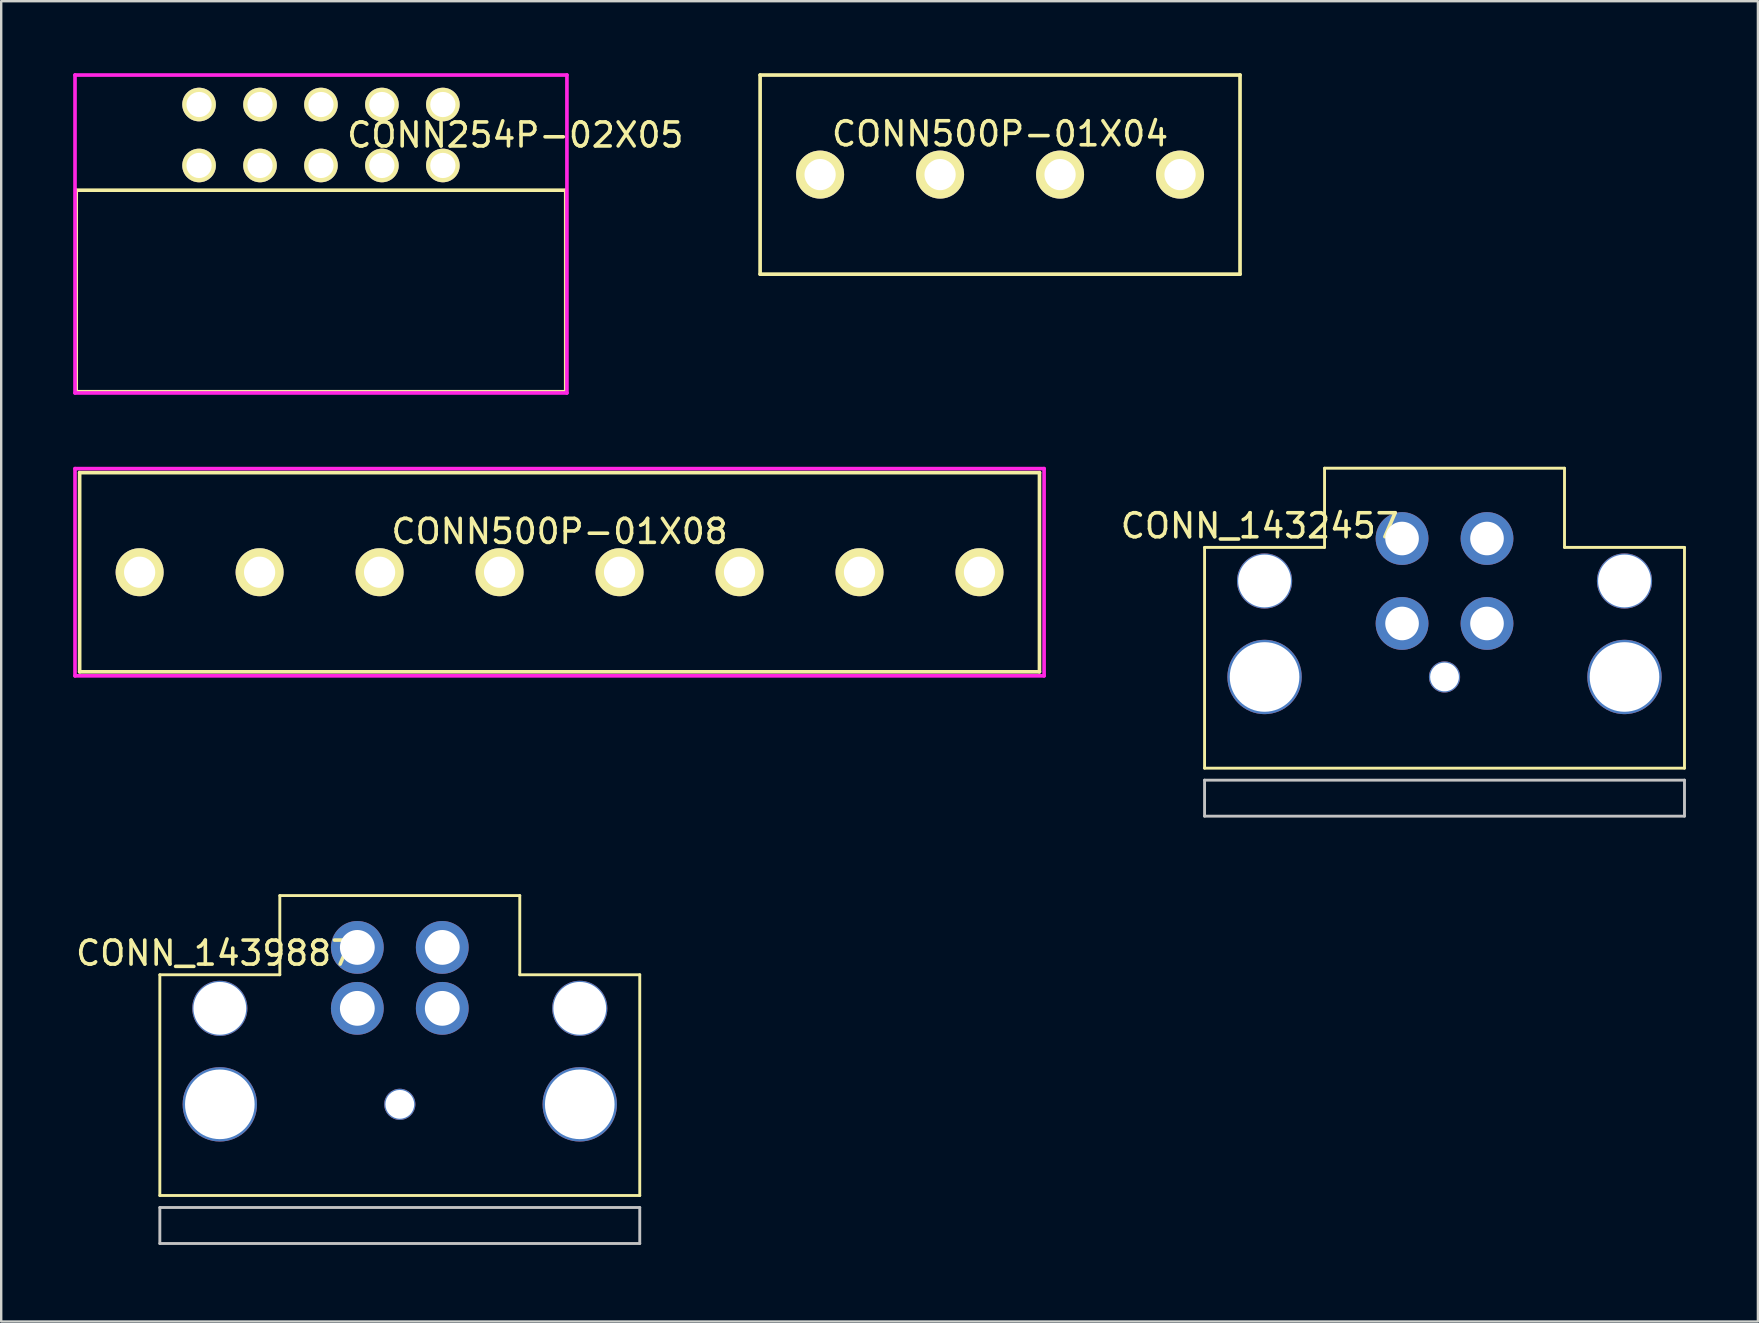
<source format=kicad_pcb>
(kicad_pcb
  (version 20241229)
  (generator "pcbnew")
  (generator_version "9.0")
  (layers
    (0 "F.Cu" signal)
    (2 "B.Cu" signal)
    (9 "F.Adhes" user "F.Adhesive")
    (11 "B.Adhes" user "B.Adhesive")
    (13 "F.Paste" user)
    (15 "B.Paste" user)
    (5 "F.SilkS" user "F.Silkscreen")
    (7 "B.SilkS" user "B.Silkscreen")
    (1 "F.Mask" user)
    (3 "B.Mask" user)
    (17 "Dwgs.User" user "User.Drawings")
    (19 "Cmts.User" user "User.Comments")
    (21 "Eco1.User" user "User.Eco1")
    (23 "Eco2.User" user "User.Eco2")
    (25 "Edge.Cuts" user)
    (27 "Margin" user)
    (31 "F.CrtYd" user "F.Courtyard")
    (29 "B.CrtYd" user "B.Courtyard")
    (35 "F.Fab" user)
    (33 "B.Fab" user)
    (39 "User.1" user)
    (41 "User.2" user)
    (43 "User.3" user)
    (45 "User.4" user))
  (footprint "CONN_1432457"
    (layer "F.Cu")
    (at 57.149 30.962)
    (property "Reference" "CONN_1432457" (at -7.7 -12.1 0) (layer "F.SilkS") (effects (font (size 1 1) (thickness 0.15))))
    (attr through_hole)
    (fp_line (start -10 -11.2) (end -5 -11.2) (stroke (width 0.12) (type solid)) (layer "F.SilkS"))
    (fp_line (start -10 -2) (end -10 -11.2) (stroke (width 0.12) (type solid)) (layer "F.SilkS"))
    (fp_line (start -10 -2) (end 10 -2) (stroke (width 0.12) (type solid)) (layer "F.SilkS"))
    (fp_line (start -5 -14.5) (end 5 -14.5) (stroke (width 0.12) (type solid)) (layer "F.SilkS"))
    (fp_line (start -5 -11.2) (end -5 -14.5) (stroke (width 0.12) (type solid)) (layer "F.SilkS"))
    (fp_line (start 5 -11.2) (end 5 -14.5) (stroke (width 0.12) (type solid)) (layer "F.SilkS"))
    (fp_line (start 10 -11.2) (end 5 -11.2) (stroke (width 0.12) (type solid)) (layer "F.SilkS"))
    (fp_line (start 10 -2) (end 10 -11.2) (stroke (width 0.12) (type solid)) (layer "F.SilkS"))
    (fp_line (start -10 -1.5) (end -10 0) (stroke (width 0.12) (type solid)) (layer "Dwgs.User"))
    (fp_line (start -10 0) (end 10 0) (stroke (width 0.12) (type solid)) (layer "Dwgs.User"))
    (fp_line (start 10 -1.5) (end -10 -1.5) (stroke (width 0.12) (type solid)) (layer "Dwgs.User"))
    (fp_line (start 10 0) (end 10 -1.5) (stroke (width 0.12) (type solid)) (layer "Dwgs.User"))
    (pad "" np_thru_hole circle (at -7.5 -9.8) (size 2.3 2.3) (drill 2.2) (layers "*.Cu" "*.Mask"))
    (pad "" np_thru_hole circle (at -7.5 -5.8) (size 3.1 3.1) (drill 2.9) (layers "*.Cu" "*.Mask"))
    (pad "" np_thru_hole circle (at 0 -5.8) (size 1.3 1.3) (drill 1.2) (layers "*.Cu" "*.Mask"))
    (pad "" np_thru_hole circle (at 7.5 -9.8) (size 2.3 2.3) (drill 2.2) (layers "*.Cu" "*.Mask"))
    (pad "" np_thru_hole circle (at 7.5 -5.8) (size 3.1 3.1) (drill 2.9) (layers "*.Cu" "*.Mask"))
    (pad "1" thru_hole circle (at -1.77 -11.57) (size 2.2 2.2) (drill 1.4) (layers "*.Cu" "*.Mask"))
    (pad "2" thru_hole circle (at 1.77 -11.57) (size 2.2 2.2) (drill 1.4) (layers "*.Cu" "*.Mask"))
    (pad "3" thru_hole circle (at 1.77 -8.03) (size 2.2 2.2) (drill 1.4) (layers "*.Cu" "*.Mask"))
    (pad "4" thru_hole circle (at -1.77 -8.03) (size 2.2 2.2) (drill 1.4) (layers "*.Cu" "*.Mask")))
  (footprint "CONN500P-01X04"
    (layer "F.Cu")
    (at 38.627 4.226)
    (property "Reference" "CONN500P-01X04" (at 0 -1.7 0) (layer "F.SilkS") (effects (font (size 1 1) (thickness 0.15))))
    (attr through_hole)
    (fp_line (start -10 -4.15) (end -10 4.15) (stroke (width 0.152) (type solid)) (layer "F.SilkS"))
    (fp_line (start 10 -4.15) (end -10 -4.15) (stroke (width 0.152) (type solid)) (layer "F.SilkS"))
    (fp_line (start 10 -4.15) (end 10 4.15) (stroke (width 0.152) (type solid)) (layer "F.SilkS"))
    (fp_line (start 10 4.15) (end -10 4.15) (stroke (width 0.152) (type solid)) (layer "F.SilkS"))
    (pad "1" thru_hole circle (at -7.5 0) (size 2 2) (drill 1.3) (layers "*.Cu" "*.Mask" "F.SilkS"))
    (pad "2" thru_hole circle (at -2.5 0) (size 2 2) (drill 1.3) (layers "*.Cu" "*.Mask" "F.SilkS"))
    (pad "3" thru_hole circle (at 2.5 0) (size 2 2) (drill 1.3) (layers "*.Cu" "*.Mask" "F.SilkS"))
    (pad "4" thru_hole circle (at 7.5 0) (size 2 2) (drill 1.3) (layers "*.Cu" "*.Mask" "F.SilkS")))
  (footprint "CONN_1439887"
    (layer "F.Cu")
    (at 13.611 48.772)
    (property "Reference" "CONN_1439887" (at -7.7 -12.1 0) (layer "F.SilkS") (effects (font (size 1 1) (thickness 0.15))))
    (attr through_hole)
    (fp_line (start -10 -11.2) (end -5 -11.2) (stroke (width 0.12) (type solid)) (layer "F.SilkS"))
    (fp_line (start -10 -2) (end -10 -11.2) (stroke (width 0.12) (type solid)) (layer "F.SilkS"))
    (fp_line (start -10 -2) (end 10 -2) (stroke (width 0.12) (type solid)) (layer "F.SilkS"))
    (fp_line (start -5 -14.5) (end 5 -14.5) (stroke (width 0.12) (type solid)) (layer "F.SilkS"))
    (fp_line (start -5 -11.2) (end -5 -14.5) (stroke (width 0.12) (type solid)) (layer "F.SilkS"))
    (fp_line (start 5 -11.2) (end 5 -14.5) (stroke (width 0.12) (type solid)) (layer "F.SilkS"))
    (fp_line (start 10 -11.2) (end 5 -11.2) (stroke (width 0.12) (type solid)) (layer "F.SilkS"))
    (fp_line (start 10 -2) (end 10 -11.2) (stroke (width 0.12) (type solid)) (layer "F.SilkS"))
    (fp_line (start -10 -1.5) (end -10 0) (stroke (width 0.12) (type solid)) (layer "Dwgs.User"))
    (fp_line (start -10 0) (end 10 0) (stroke (width 0.12) (type solid)) (layer "Dwgs.User"))
    (fp_line (start 10 -1.5) (end -10 -1.5) (stroke (width 0.12) (type solid)) (layer "Dwgs.User"))
    (fp_line (start 10 0) (end 10 -1.5) (stroke (width 0.12) (type solid)) (layer "Dwgs.User"))
    (pad "" np_thru_hole circle (at -7.5 -9.8) (size 2.3 2.3) (drill 2.2) (layers "*.Cu" "*.Mask"))
    (pad "" np_thru_hole circle (at -7.5 -5.8) (size 3.1 3.1) (drill 2.9) (layers "*.Cu" "*.Mask"))
    (pad "" np_thru_hole circle (at 0 -5.8) (size 1.3 1.3) (drill 1.2) (layers "*.Cu" "*.Mask"))
    (pad "" np_thru_hole circle (at 7.5 -9.8) (size 2.3 2.3) (drill 2.2) (layers "*.Cu" "*.Mask"))
    (pad "" np_thru_hole circle (at 7.5 -5.8) (size 3.1 3.1) (drill 2.9) (layers "*.Cu" "*.Mask"))
    (pad "1" thru_hole circle (at -1.77 -12.34) (size 2.2 2.2) (drill 1.45) (layers "*.Cu" "*.Mask"))
    (pad "2" thru_hole circle (at 1.77 -12.34) (size 2.2 2.2) (drill 1.45) (layers "*.Cu" "*.Mask"))
    (pad "3" thru_hole circle (at 1.77 -9.8) (size 2.2 2.2) (drill 1.45) (layers "*.Cu" "*.Mask"))
    (pad "4" thru_hole circle (at -1.77 -9.8) (size 2.2 2.2) (drill 1.45) (layers "*.Cu" "*.Mask")))
  (footprint "CONN254P-02X05"
    (layer "F.Cu")
    (at 10.326 2.576)
    (property "Reference" "CONN254P-02X05" (at 8.1 0 0) (layer "F.SilkS") (effects (font (size 1 1) (thickness 0.15))))
    (attr through_hole)
    (fp_line (start -10.2 2.3) (end 10.2 2.3) (stroke (width 0.15) (type solid)) (layer "F.SilkS"))
    (fp_line (start -10.2 10.7) (end -10.2 2.3) (stroke (width 0.15) (type solid)) (layer "F.SilkS"))
    (fp_line (start 10.2 2.3) (end 10.2 10.7) (stroke (width 0.15) (type solid)) (layer "F.SilkS"))
    (fp_line (start 10.2 10.7) (end -10.2 10.7) (stroke (width 0.15) (type solid)) (layer "F.SilkS"))
    (fp_line (start -10.25 -2.5) (end -10.25 10.75) (stroke (width 0.152) (type solid)) (layer "F.CrtYd"))
    (fp_line (start -10.25 -2.5) (end 10.25 -2.5) (stroke (width 0.152) (type solid)) (layer "F.CrtYd"))
    (fp_line (start -10.25 10.75) (end 10.25 10.75) (stroke (width 0.152) (type solid)) (layer "F.CrtYd"))
    (fp_line (start 10.25 -2.5) (end 10.25 10.75) (stroke (width 0.152) (type solid)) (layer "F.CrtYd"))
    (pad "1" thru_hole circle (at -5.08 1.27) (size 1.4 1.4) (drill 1.05) (layers "*.Cu" "*.Mask" "F.SilkS"))
    (pad "2" thru_hole circle (at -5.08 -1.27) (size 1.4 1.4) (drill 1.05) (layers "*.Cu" "*.Mask" "F.SilkS"))
    (pad "3" thru_hole circle (at -2.54 1.27) (size 1.4 1.4) (drill 1.05) (layers "*.Cu" "*.Mask" "F.SilkS"))
    (pad "4" thru_hole circle (at -2.54 -1.27) (size 1.4 1.4) (drill 1.05) (layers "*.Cu" "*.Mask" "F.SilkS"))
    (pad "5" thru_hole circle (at 0 1.27) (size 1.4 1.4) (drill 1.05) (layers "*.Cu" "*.Mask" "F.SilkS"))
    (pad "6" thru_hole circle (at 0 -1.27) (size 1.4 1.4) (drill 1.05) (layers "*.Cu" "*.Mask" "F.SilkS"))
    (pad "7" thru_hole circle (at 2.54 1.27) (size 1.4 1.4) (drill 1.05) (layers "*.Cu" "*.Mask" "F.SilkS"))
    (pad "8" thru_hole circle (at 2.54 -1.27) (size 1.4 1.4) (drill 1.05) (layers "*.Cu" "*.Mask" "F.SilkS"))
    (pad "9" thru_hole circle (at 5.08 1.27) (size 1.4 1.4) (drill 1.05) (layers "*.Cu" "*.Mask" "F.SilkS"))
    (pad "10" thru_hole circle (at 5.08 -1.27) (size 1.4 1.4) (drill 1.05) (layers "*.Cu" "*.Mask" "F.SilkS")))
  (footprint "CONN500P-01X08"
    (layer "F.Cu")
    (at 20.269 20.797)
    (property "Reference" "CONN500P-01X08" (at 0 -1.7 0) (layer "F.SilkS") (effects (font (size 1 1) (thickness 0.15))))
    (attr through_hole)
    (fp_line (start -20 -4.15) (end -20 4.15) (stroke (width 0.152) (type solid)) (layer "F.SilkS"))
    (fp_line (start 20 -4.15) (end -20 -4.15) (stroke (width 0.152) (type solid)) (layer "F.SilkS"))
    (fp_line (start 20 -4.15) (end 20 4.15) (stroke (width 0.152) (type solid)) (layer "F.SilkS"))
    (fp_line (start 20 4.15) (end -20 4.15) (stroke (width 0.152) (type solid)) (layer "F.SilkS"))
    (fp_line (start -20.193 -4.318) (end -20.193 4.318) (stroke (width 0.152) (type solid)) (layer "F.CrtYd"))
    (fp_line (start -20.193 4.318) (end 20.193 4.318) (stroke (width 0.152) (type solid)) (layer "F.CrtYd"))
    (fp_line (start 20.193 -4.318) (end -20.193 -4.318) (stroke (width 0.152) (type solid)) (layer "F.CrtYd"))
    (fp_line (start 20.193 4.318) (end 20.193 -4.318) (stroke (width 0.152) (type solid)) (layer "F.CrtYd"))
    (pad "1" thru_hole circle (at -17.5 0) (size 2 2) (drill 1.3) (layers "*.Cu" "*.Mask" "F.SilkS"))
    (pad "2" thru_hole circle (at -12.5 0) (size 2 2) (drill 1.3) (layers "*.Cu" "*.Mask" "F.SilkS"))
    (pad "3" thru_hole circle (at -7.5 0) (size 2 2) (drill 1.3) (layers "*.Cu" "*.Mask" "F.SilkS"))
    (pad "4" thru_hole circle (at -2.5 0) (size 2 2) (drill 1.3) (layers "*.Cu" "*.Mask" "F.SilkS"))
    (pad "5" thru_hole circle (at 2.5 0) (size 2 2) (drill 1.3) (layers "*.Cu" "*.Mask" "F.SilkS"))
    (pad "6" thru_hole circle (at 7.5 0) (size 2 2) (drill 1.3) (layers "*.Cu" "*.Mask" "F.SilkS"))
    (pad "7" thru_hole circle (at 12.5 0) (size 2 2) (drill 1.3) (layers "*.Cu" "*.Mask" "F.SilkS"))
    (pad "8" thru_hole circle (at 17.5 0) (size 2 2) (drill 1.3) (layers "*.Cu" "*.Mask" "F.SilkS")))
  (gr_rect
    (start -3 -3)
    (end 70.209 52.022)
    (stroke (width 0.1) (type default))
    (fill no)
    (layer "Edge.Cuts")))
</source>
